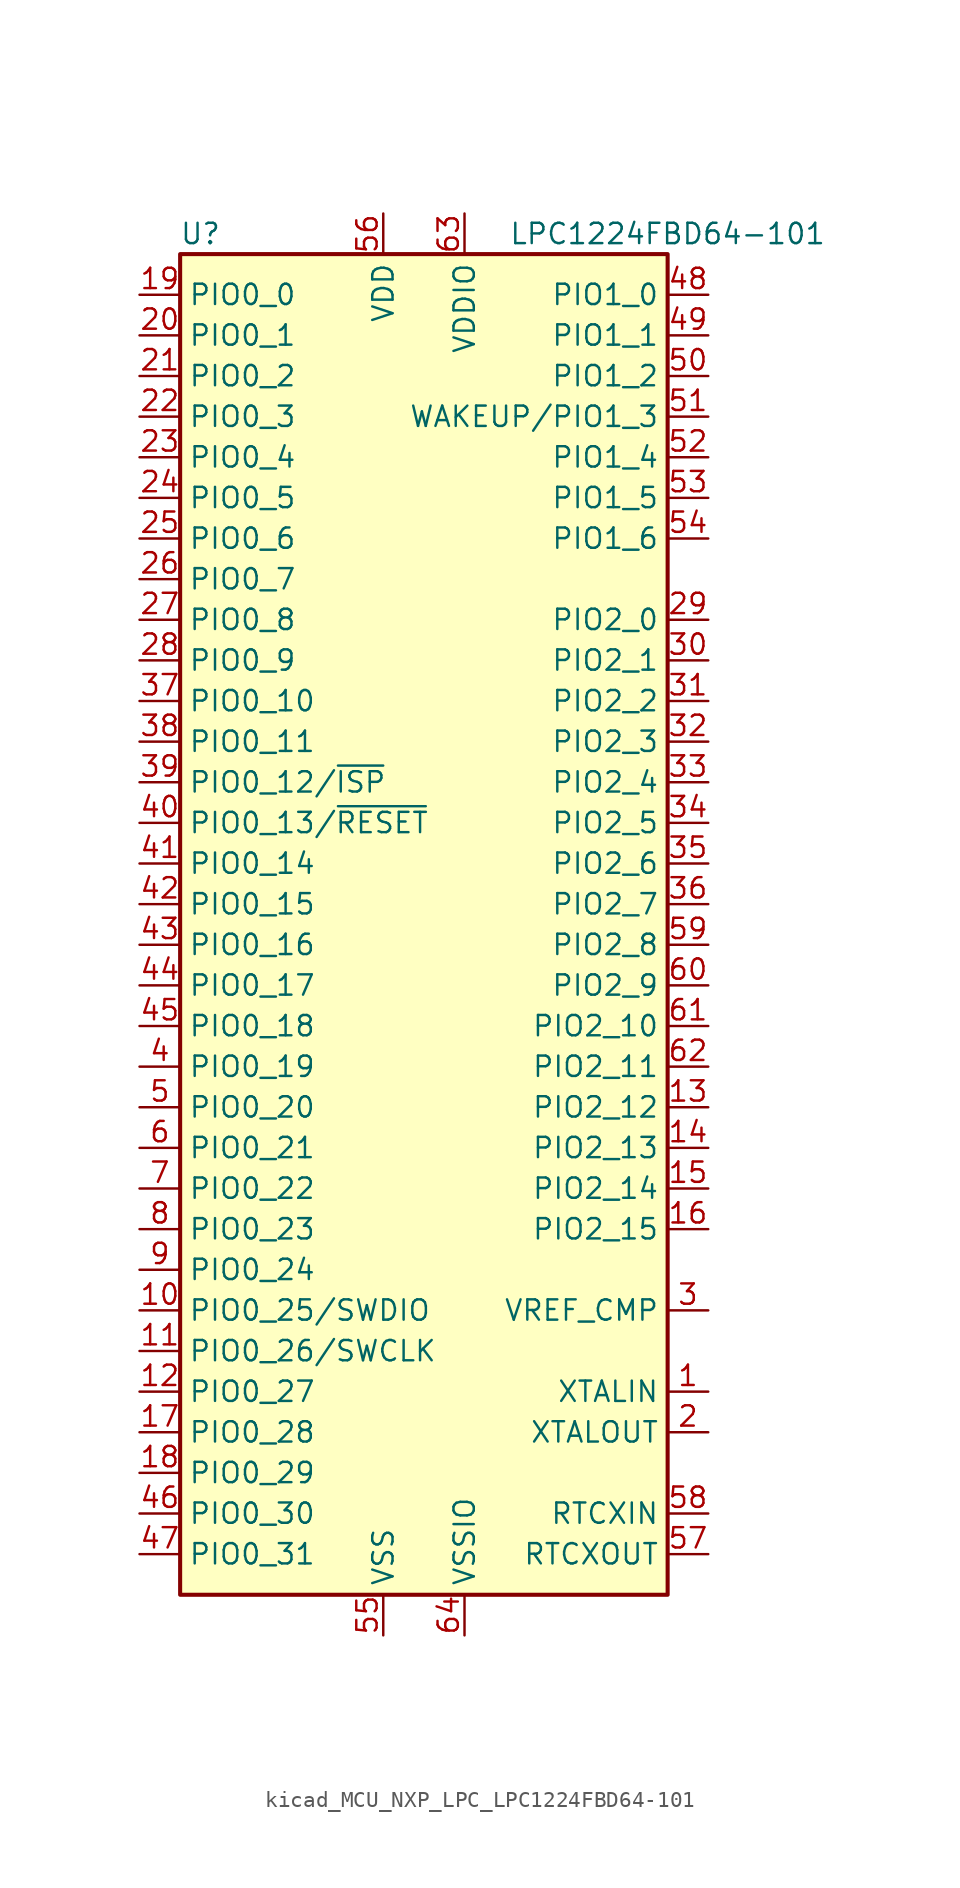
<source format=kicad_sym>
(kicad_symbol_lib
  (version 20220914)
  (generator kicad_symbol_editor)
  (symbol "kicad_MCU_NXP_LPC_LPC1224FBD64-101"
    (property "Reference" "U"
      (at -13.97 44.45 0)
      (effects (font (size 1.27 1.27))))
    (property "Value" "LPC1224FBD64-101"
      (at 15.24 44.45 0)
      (effects (font (size 1.27 1.27))))
    (symbol "kicad_MCU_NXP_LPC_LPC1224FBD64-101_0_1"
      (rectangle (start -15.24 43.18) (end 15.24 -40.64) (stroke (width 0.254) (type default)) (fill (type background))))
    (symbol "kicad_MCU_NXP_LPC_LPC1224FBD64-101_1_1"
      (pin input line (at 17.78 -27.94 180) (length 2.54) (name "XTALIN" (effects (font (size 1.27 1.27)))) (number "1" (effects (font (size 1.27 1.27)))))
      (pin bidirectional line (at -17.78 -22.86 0) (length 2.54) (name "PIO0_25/SWDIO" (effects (font (size 1.27 1.27)))) (number "10" (effects (font (size 1.27 1.27)))))
      (pin bidirectional line (at -17.78 -25.4 0) (length 2.54) (name "PIO0_26/SWCLK" (effects (font (size 1.27 1.27)))) (number "11" (effects (font (size 1.27 1.27)))))
      (pin bidirectional line (at -17.78 -27.94 0) (length 2.54) (name "PIO0_27" (effects (font (size 1.27 1.27)))) (number "12" (effects (font (size 1.27 1.27)))))
      (pin bidirectional line (at 17.78 -10.16 180) (length 2.54) (name "PIO2_12" (effects (font (size 1.27 1.27)))) (number "13" (effects (font (size 1.27 1.27)))))
      (pin bidirectional line (at 17.78 -12.7 180) (length 2.54) (name "PIO2_13" (effects (font (size 1.27 1.27)))) (number "14" (effects (font (size 1.27 1.27)))))
      (pin bidirectional line (at 17.78 -15.24 180) (length 2.54) (name "PIO2_14" (effects (font (size 1.27 1.27)))) (number "15" (effects (font (size 1.27 1.27)))))
      (pin bidirectional line (at 17.78 -17.78 180) (length 2.54) (name "PIO2_15" (effects (font (size 1.27 1.27)))) (number "16" (effects (font (size 1.27 1.27)))))
      (pin bidirectional line (at -17.78 -30.48 0) (length 2.54) (name "PIO0_28" (effects (font (size 1.27 1.27)))) (number "17" (effects (font (size 1.27 1.27)))))
      (pin bidirectional line (at -17.78 -33.02 0) (length 2.54) (name "PIO0_29" (effects (font (size 1.27 1.27)))) (number "18" (effects (font (size 1.27 1.27)))))
      (pin bidirectional line (at -17.78 40.64 0) (length 2.54) (name "PIO0_0" (effects (font (size 1.27 1.27)))) (number "19" (effects (font (size 1.27 1.27)))))
      (pin output line (at 17.78 -30.48 180) (length 2.54) (name "XTALOUT" (effects (font (size 1.27 1.27)))) (number "2" (effects (font (size 1.27 1.27)))))
      (pin bidirectional line (at -17.78 38.1 0) (length 2.54) (name "PIO0_1" (effects (font (size 1.27 1.27)))) (number "20" (effects (font (size 1.27 1.27)))))
      (pin bidirectional line (at -17.78 35.56 0) (length 2.54) (name "PIO0_2" (effects (font (size 1.27 1.27)))) (number "21" (effects (font (size 1.27 1.27)))))
      (pin bidirectional line (at -17.78 33.02 0) (length 2.54) (name "PIO0_3" (effects (font (size 1.27 1.27)))) (number "22" (effects (font (size 1.27 1.27)))))
      (pin bidirectional line (at -17.78 30.48 0) (length 2.54) (name "PIO0_4" (effects (font (size 1.27 1.27)))) (number "23" (effects (font (size 1.27 1.27)))))
      (pin bidirectional line (at -17.78 27.94 0) (length 2.54) (name "PIO0_5" (effects (font (size 1.27 1.27)))) (number "24" (effects (font (size 1.27 1.27)))))
      (pin bidirectional line (at -17.78 25.4 0) (length 2.54) (name "PIO0_6" (effects (font (size 1.27 1.27)))) (number "25" (effects (font (size 1.27 1.27)))))
      (pin bidirectional line (at -17.78 22.86 0) (length 2.54) (name "PIO0_7" (effects (font (size 1.27 1.27)))) (number "26" (effects (font (size 1.27 1.27)))))
      (pin bidirectional line (at -17.78 20.32 0) (length 2.54) (name "PIO0_8" (effects (font (size 1.27 1.27)))) (number "27" (effects (font (size 1.27 1.27)))))
      (pin bidirectional line (at -17.78 17.78 0) (length 2.54) (name "PIO0_9" (effects (font (size 1.27 1.27)))) (number "28" (effects (font (size 1.27 1.27)))))
      (pin bidirectional line (at 17.78 20.32 180) (length 2.54) (name "PIO2_0" (effects (font (size 1.27 1.27)))) (number "29" (effects (font (size 1.27 1.27)))))
      (pin input line (at 17.78 -22.86 180) (length 2.54) (name "VREF_CMP" (effects (font (size 1.27 1.27)))) (number "3" (effects (font (size 1.27 1.27)))))
      (pin bidirectional line (at 17.78 17.78 180) (length 2.54) (name "PIO2_1" (effects (font (size 1.27 1.27)))) (number "30" (effects (font (size 1.27 1.27)))))
      (pin bidirectional line (at 17.78 15.24 180) (length 2.54) (name "PIO2_2" (effects (font (size 1.27 1.27)))) (number "31" (effects (font (size 1.27 1.27)))))
      (pin bidirectional line (at 17.78 12.7 180) (length 2.54) (name "PIO2_3" (effects (font (size 1.27 1.27)))) (number "32" (effects (font (size 1.27 1.27)))))
      (pin bidirectional line (at 17.78 10.16 180) (length 2.54) (name "PIO2_4" (effects (font (size 1.27 1.27)))) (number "33" (effects (font (size 1.27 1.27)))))
      (pin bidirectional line (at 17.78 7.62 180) (length 2.54) (name "PIO2_5" (effects (font (size 1.27 1.27)))) (number "34" (effects (font (size 1.27 1.27)))))
      (pin bidirectional line (at 17.78 5.08 180) (length 2.54) (name "PIO2_6" (effects (font (size 1.27 1.27)))) (number "35" (effects (font (size 1.27 1.27)))))
      (pin bidirectional line (at 17.78 2.54 180) (length 2.54) (name "PIO2_7" (effects (font (size 1.27 1.27)))) (number "36" (effects (font (size 1.27 1.27)))))
      (pin bidirectional line (at -17.78 15.24 0) (length 2.54) (name "PIO0_10" (effects (font (size 1.27 1.27)))) (number "37" (effects (font (size 1.27 1.27)))))
      (pin bidirectional line (at -17.78 12.7 0) (length 2.54) (name "PIO0_11" (effects (font (size 1.27 1.27)))) (number "38" (effects (font (size 1.27 1.27)))))
      (pin bidirectional line (at -17.78 10.16 0) (length 2.54) (name "PIO0_12/~{ISP}" (effects (font (size 1.27 1.27)))) (number "39" (effects (font (size 1.27 1.27)))))
      (pin bidirectional line (at -17.78 -7.62 0) (length 2.54) (name "PIO0_19" (effects (font (size 1.27 1.27)))) (number "4" (effects (font (size 1.27 1.27)))))
      (pin bidirectional line (at -17.78 7.62 0) (length 2.54) (name "PIO0_13/~{RESET}" (effects (font (size 1.27 1.27)))) (number "40" (effects (font (size 1.27 1.27)))))
      (pin bidirectional line (at -17.78 5.08 0) (length 2.54) (name "PIO0_14" (effects (font (size 1.27 1.27)))) (number "41" (effects (font (size 1.27 1.27)))))
      (pin bidirectional line (at -17.78 2.54 0) (length 2.54) (name "PIO0_15" (effects (font (size 1.27 1.27)))) (number "42" (effects (font (size 1.27 1.27)))))
      (pin bidirectional line (at -17.78 0 0) (length 2.54) (name "PIO0_16" (effects (font (size 1.27 1.27)))) (number "43" (effects (font (size 1.27 1.27)))))
      (pin bidirectional line (at -17.78 -2.54 0) (length 2.54) (name "PIO0_17" (effects (font (size 1.27 1.27)))) (number "44" (effects (font (size 1.27 1.27)))))
      (pin bidirectional line (at -17.78 -5.08 0) (length 2.54) (name "PIO0_18" (effects (font (size 1.27 1.27)))) (number "45" (effects (font (size 1.27 1.27)))))
      (pin bidirectional line (at -17.78 -35.56 0) (length 2.54) (name "PIO0_30" (effects (font (size 1.27 1.27)))) (number "46" (effects (font (size 1.27 1.27)))))
      (pin bidirectional line (at -17.78 -38.1 0) (length 2.54) (name "PIO0_31" (effects (font (size 1.27 1.27)))) (number "47" (effects (font (size 1.27 1.27)))))
      (pin bidirectional line (at 17.78 40.64 180) (length 2.54) (name "PIO1_0" (effects (font (size 1.27 1.27)))) (number "48" (effects (font (size 1.27 1.27)))))
      (pin bidirectional line (at 17.78 38.1 180) (length 2.54) (name "PIO1_1" (effects (font (size 1.27 1.27)))) (number "49" (effects (font (size 1.27 1.27)))))
      (pin bidirectional line (at -17.78 -10.16 0) (length 2.54) (name "PIO0_20" (effects (font (size 1.27 1.27)))) (number "5" (effects (font (size 1.27 1.27)))))
      (pin bidirectional line (at 17.78 35.56 180) (length 2.54) (name "PIO1_2" (effects (font (size 1.27 1.27)))) (number "50" (effects (font (size 1.27 1.27)))))
      (pin bidirectional line (at 17.78 33.02 180) (length 2.54) (name "WAKEUP/PIO1_3" (effects (font (size 1.27 1.27)))) (number "51" (effects (font (size 1.27 1.27)))))
      (pin bidirectional line (at 17.78 30.48 180) (length 2.54) (name "PIO1_4" (effects (font (size 1.27 1.27)))) (number "52" (effects (font (size 1.27 1.27)))))
      (pin bidirectional line (at 17.78 27.94 180) (length 2.54) (name "PIO1_5" (effects (font (size 1.27 1.27)))) (number "53" (effects (font (size 1.27 1.27)))))
      (pin bidirectional line (at 17.78 25.4 180) (length 2.54) (name "PIO1_6" (effects (font (size 1.27 1.27)))) (number "54" (effects (font (size 1.27 1.27)))))
      (pin power_in line (at -2.54 -43.18 90) (length 2.54) (name "VSS" (effects (font (size 1.27 1.27)))) (number "55" (effects (font (size 1.27 1.27)))))
      (pin power_in line (at -2.54 45.72 270) (length 2.54) (name "VDD" (effects (font (size 1.27 1.27)))) (number "56" (effects (font (size 1.27 1.27)))))
      (pin output line (at 17.78 -38.1 180) (length 2.54) (name "RTCXOUT" (effects (font (size 1.27 1.27)))) (number "57" (effects (font (size 1.27 1.27)))))
      (pin input line (at 17.78 -35.56 180) (length 2.54) (name "RTCXIN" (effects (font (size 1.27 1.27)))) (number "58" (effects (font (size 1.27 1.27)))))
      (pin bidirectional line (at 17.78 0 180) (length 2.54) (name "PIO2_8" (effects (font (size 1.27 1.27)))) (number "59" (effects (font (size 1.27 1.27)))))
      (pin bidirectional line (at -17.78 -12.7 0) (length 2.54) (name "PIO0_21" (effects (font (size 1.27 1.27)))) (number "6" (effects (font (size 1.27 1.27)))))
      (pin bidirectional line (at 17.78 -2.54 180) (length 2.54) (name "PIO2_9" (effects (font (size 1.27 1.27)))) (number "60" (effects (font (size 1.27 1.27)))))
      (pin bidirectional line (at 17.78 -5.08 180) (length 2.54) (name "PIO2_10" (effects (font (size 1.27 1.27)))) (number "61" (effects (font (size 1.27 1.27)))))
      (pin bidirectional line (at 17.78 -7.62 180) (length 2.54) (name "PIO2_11" (effects (font (size 1.27 1.27)))) (number "62" (effects (font (size 1.27 1.27)))))
      (pin power_in line (at 2.54 45.72 270) (length 2.54) (name "VDDIO" (effects (font (size 1.27 1.27)))) (number "63" (effects (font (size 1.27 1.27)))))
      (pin power_in line (at 2.54 -43.18 90) (length 2.54) (name "VSSIO" (effects (font (size 1.27 1.27)))) (number "64" (effects (font (size 1.27 1.27)))))
      (pin bidirectional line (at -17.78 -15.24 0) (length 2.54) (name "PIO0_22" (effects (font (size 1.27 1.27)))) (number "7" (effects (font (size 1.27 1.27)))))
      (pin bidirectional line (at -17.78 -17.78 0) (length 2.54) (name "PIO0_23" (effects (font (size 1.27 1.27)))) (number "8" (effects (font (size 1.27 1.27)))))
      (pin bidirectional line (at -17.78 -20.32 0) (length 2.54) (name "PIO0_24" (effects (font (size 1.27 1.27)))) (number "9" (effects (font (size 1.27 1.27))))))))
</source>
